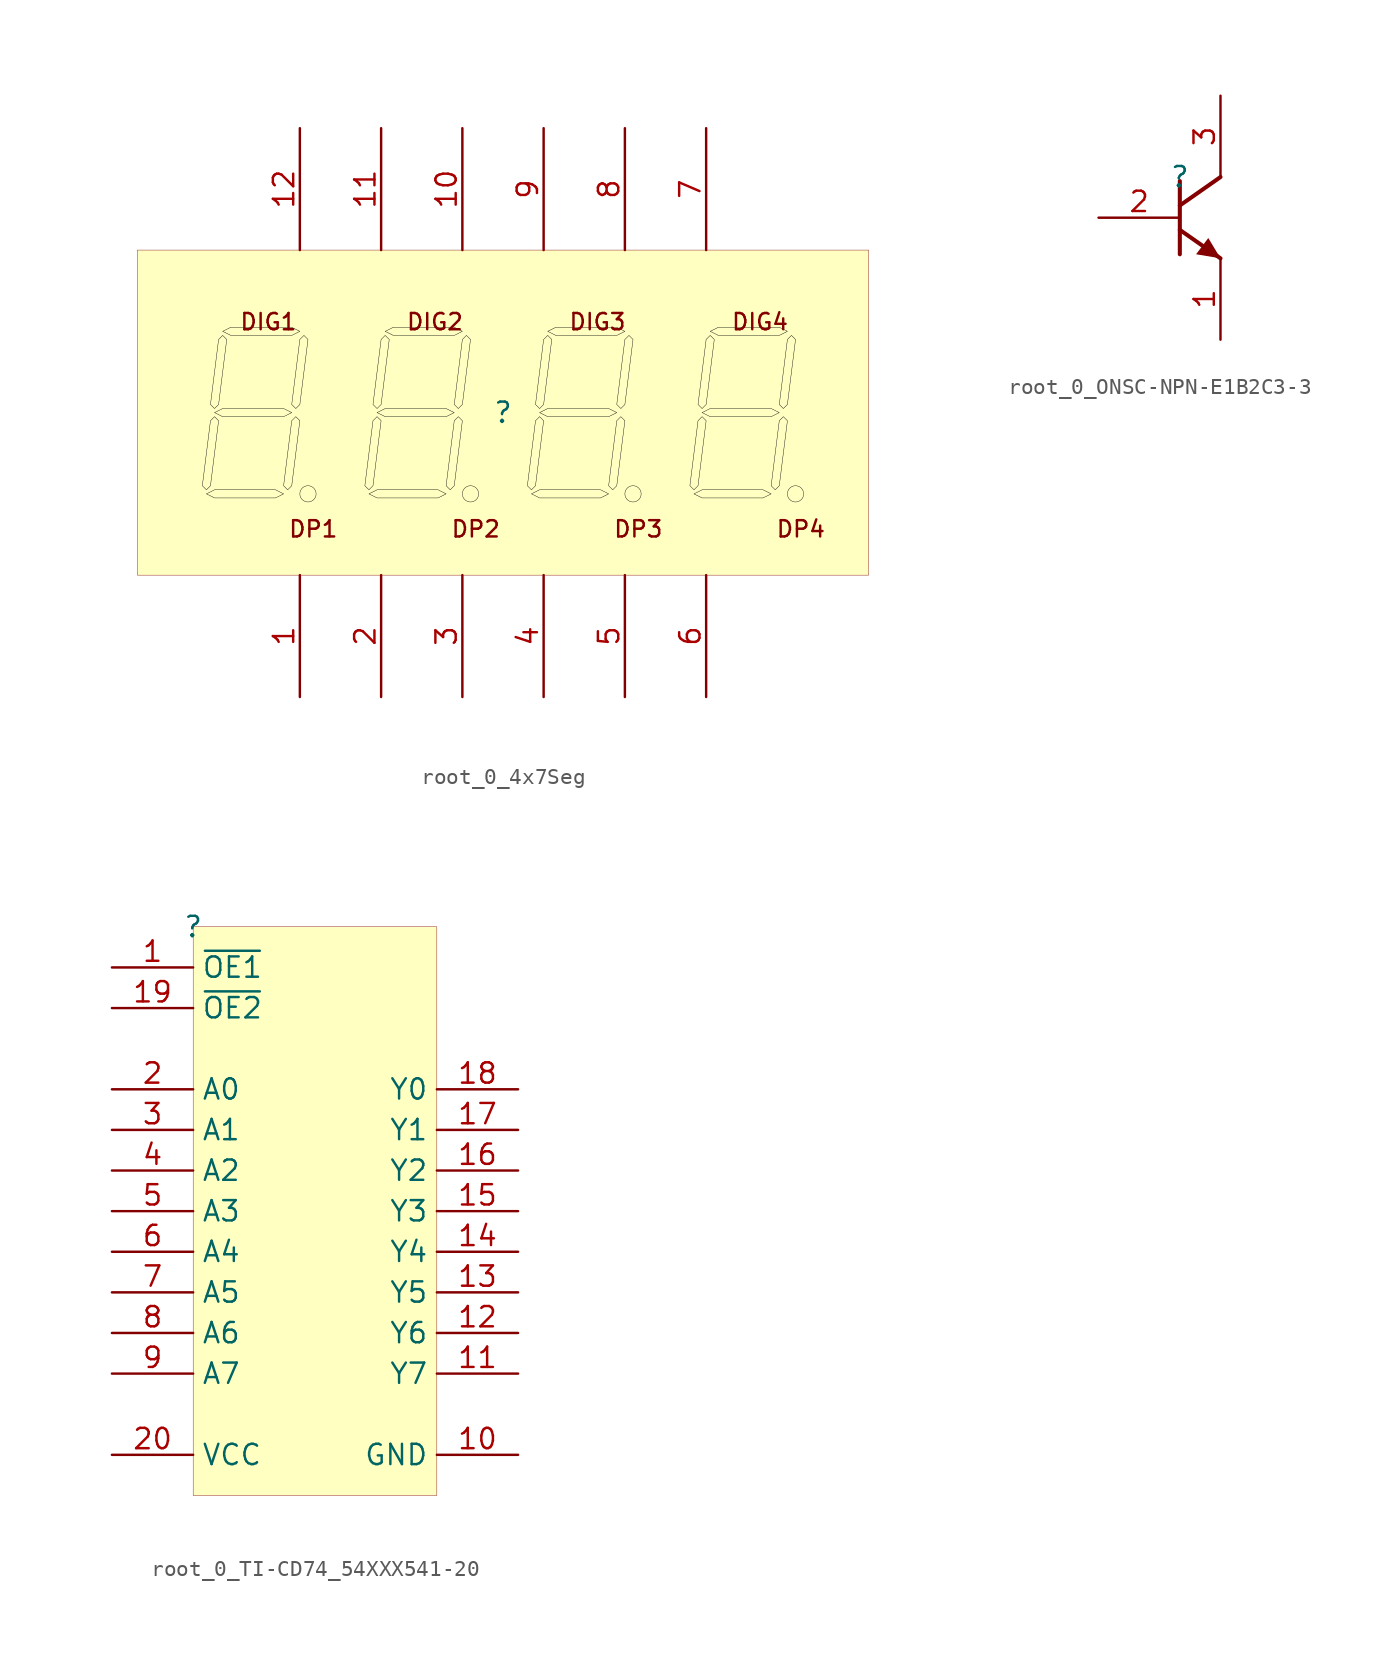
<source format=kicad_sym>
(kicad_symbol_lib
  (version 20231120)
  (generator "kicad_symbol_editor")
  (generator_version "8.0")
  (symbol "root_0_4x7Seg"
    (property "Reference" ""
      (at 0 0 0)
      (effects (font (size 1.27 1.27))))
    (property "Value" ""
      (at 0 0 0)
      (effects (font (size 1.27 1.27))))
    (symbol "root_0_4x7Seg_1_0"
      (circle (center -12.192 -5.08) (radius 0.508) (stroke (width 0.025) (type solid) (color 0 0 0 1)) (fill (type color) (color 255 0 0 1)))
      (circle (center -2.032 -5.08) (radius 0.508) (stroke (width 0.025) (type solid) (color 0 0 0 1)) (fill (type color) (color 255 0 0 1)))
      (polyline (pts (xy -18.542 -5.08) (xy -18.034 -4.826) (xy -14.224 -4.826) (xy -13.716 -5.08) (xy -14.224 -5.334) (xy -18.034 -5.334) (xy -18.542 -5.08) (xy -18.542 -5.08)) (stroke (width 0.025) (type solid) (color 0 0 0 1)) (fill (type color) (color 255 0 0 1)))
      (polyline (pts (xy -18.034 -0.254) (xy -18.288 -0.508) (xy -18.796 -4.572) (xy -18.542 -4.826) (xy -18.288 -4.572) (xy -17.78 -0.508) (xy -18.034 -0.254) (xy -18.034 -0.254)) (stroke (width 0.025) (type solid) (color 0 0 0 1)) (fill (type color) (color 255 0 0 1)))
      (polyline (pts (xy -18.034 0) (xy -17.526 0.254) (xy -13.716 0.254) (xy -13.208 0) (xy -13.716 -0.254) (xy -17.526 -0.254) (xy -18.034 0) (xy -18.034 0)) (stroke (width 0.025) (type solid) (color 0 0 0 1)) (fill (type color) (color 255 0 0 1)))
      (polyline (pts (xy -17.526 4.826) (xy -17.78 4.572) (xy -18.288 0.508) (xy -18.034 0.254) (xy -17.78 0.508) (xy -17.272 4.572) (xy -17.526 4.826) (xy -17.526 4.826)) (stroke (width 0.025) (type solid) (color 0 0 0 1)) (fill (type color) (color 255 0 0 1)))
      (polyline (pts (xy -17.526 5.08) (xy -17.018 5.334) (xy -13.208 5.334) (xy -12.7 5.08) (xy -13.208 4.826) (xy -17.018 4.826) (xy -17.526 5.08) (xy -17.526 5.08)) (stroke (width 0.025) (type solid) (color 0 0 0 1)) (fill (type color) (color 255 0 0 1)))
      (polyline (pts (xy -12.954 -0.254) (xy -13.208 -0.508) (xy -13.716 -4.572) (xy -13.462 -4.826) (xy -13.208 -4.572) (xy -12.7 -0.508) (xy -12.954 -0.254) (xy -12.954 -0.254)) (stroke (width 0.025) (type solid) (color 0 0 0 1)) (fill (type color) (color 255 0 0 1)))
      (polyline (pts (xy -12.446 4.826) (xy -12.7 4.572) (xy -13.208 0.508) (xy -12.954 0.254) (xy -12.7 0.508) (xy -12.192 4.572) (xy -12.446 4.826) (xy -12.446 4.826)) (stroke (width 0.025) (type solid) (color 0 0 0 1)) (fill (type color) (color 255 0 0 1)))
      (polyline (pts (xy -8.382 -5.08) (xy -7.874 -4.826) (xy -4.064 -4.826) (xy -3.556 -5.08) (xy -4.064 -5.334) (xy -7.874 -5.334) (xy -8.382 -5.08) (xy -8.382 -5.08)) (stroke (width 0.025) (type solid) (color 0 0 0 1)) (fill (type color) (color 255 0 0 1)))
      (polyline (pts (xy -7.874 -0.254) (xy -8.128 -0.508) (xy -8.636 -4.572) (xy -8.382 -4.826) (xy -8.128 -4.572) (xy -7.62 -0.508) (xy -7.874 -0.254) (xy -7.874 -0.254)) (stroke (width 0.025) (type solid) (color 0 0 0 1)) (fill (type color) (color 255 0 0 1)))
      (polyline (pts (xy -7.874 0) (xy -7.366 0.254) (xy -3.556 0.254) (xy -3.048 0) (xy -3.556 -0.254) (xy -7.366 -0.254) (xy -7.874 0) (xy -7.874 0)) (stroke (width 0.025) (type solid) (color 0 0 0 1)) (fill (type color) (color 255 0 0 1)))
      (polyline (pts (xy -7.366 4.826) (xy -7.62 4.572) (xy -8.128 0.508) (xy -7.874 0.254) (xy -7.62 0.508) (xy -7.112 4.572) (xy -7.366 4.826) (xy -7.366 4.826)) (stroke (width 0.025) (type solid) (color 0 0 0 1)) (fill (type color) (color 255 0 0 1)))
      (polyline (pts (xy -7.366 5.08) (xy -6.858 5.334) (xy -3.048 5.334) (xy -2.54 5.08) (xy -3.048 4.826) (xy -6.858 4.826) (xy -7.366 5.08) (xy -7.366 5.08)) (stroke (width 0.025) (type solid) (color 0 0 0 1)) (fill (type color) (color 255 0 0 1)))
      (polyline (pts (xy -2.794 -0.254) (xy -3.048 -0.508) (xy -3.556 -4.572) (xy -3.302 -4.826) (xy -3.048 -4.572) (xy -2.54 -0.508) (xy -2.794 -0.254) (xy -2.794 -0.254)) (stroke (width 0.025) (type solid) (color 0 0 0 1)) (fill (type color) (color 255 0 0 1)))
      (polyline (pts (xy -2.286 4.826) (xy -2.54 4.572) (xy -3.048 0.508) (xy -2.794 0.254) (xy -2.54 0.508) (xy -2.032 4.572) (xy -2.286 4.826) (xy -2.286 4.826)) (stroke (width 0.025) (type solid) (color 0 0 0 1)) (fill (type color) (color 255 0 0 1)))
      (polyline (pts (xy 1.778 -5.08) (xy 2.286 -4.826) (xy 6.096 -4.826) (xy 6.604 -5.08) (xy 6.096 -5.334) (xy 2.286 -5.334) (xy 1.778 -5.08) (xy 1.778 -5.08)) (stroke (width 0.025) (type solid) (color 0 0 0 1)) (fill (type color) (color 255 0 0 1)))
      (polyline (pts (xy 2.286 -0.254) (xy 2.032 -0.508) (xy 1.524 -4.572) (xy 1.778 -4.826) (xy 2.032 -4.572) (xy 2.54 -0.508) (xy 2.286 -0.254) (xy 2.286 -0.254)) (stroke (width 0.025) (type solid) (color 0 0 0 1)) (fill (type color) (color 255 0 0 1)))
      (polyline (pts (xy 2.286 0) (xy 2.794 0.254) (xy 6.604 0.254) (xy 7.112 0) (xy 6.604 -0.254) (xy 2.794 -0.254) (xy 2.286 0) (xy 2.286 0)) (stroke (width 0.025) (type solid) (color 0 0 0 1)) (fill (type color) (color 255 0 0 1)))
      (polyline (pts (xy 2.794 4.826) (xy 2.54 4.572) (xy 2.032 0.508) (xy 2.286 0.254) (xy 2.54 0.508) (xy 3.048 4.572) (xy 2.794 4.826) (xy 2.794 4.826)) (stroke (width 0.025) (type solid) (color 0 0 0 1)) (fill (type color) (color 255 0 0 1)))
      (polyline (pts (xy 2.794 5.08) (xy 3.302 5.334) (xy 7.112 5.334) (xy 7.62 5.08) (xy 7.112 4.826) (xy 3.302 4.826) (xy 2.794 5.08) (xy 2.794 5.08)) (stroke (width 0.025) (type solid) (color 0 0 0 1)) (fill (type color) (color 255 0 0 1)))
      (polyline (pts (xy 7.366 -0.254) (xy 7.112 -0.508) (xy 6.604 -4.572) (xy 6.858 -4.826) (xy 7.112 -4.572) (xy 7.62 -0.508) (xy 7.366 -0.254) (xy 7.366 -0.254)) (stroke (width 0.025) (type solid) (color 0 0 0 1)) (fill (type color) (color 255 0 0 1)))
      (polyline (pts (xy 7.874 4.826) (xy 7.62 4.572) (xy 7.112 0.508) (xy 7.366 0.254) (xy 7.62 0.508) (xy 8.128 4.572) (xy 7.874 4.826) (xy 7.874 4.826)) (stroke (width 0.025) (type solid) (color 0 0 0 1)) (fill (type color) (color 255 0 0 1)))
      (polyline (pts (xy 11.938 -5.08) (xy 12.446 -4.826) (xy 16.256 -4.826) (xy 16.764 -5.08) (xy 16.256 -5.334) (xy 12.446 -5.334) (xy 11.938 -5.08) (xy 11.938 -5.08)) (stroke (width 0.025) (type solid) (color 0 0 0 1)) (fill (type color) (color 255 0 0 1)))
      (polyline (pts (xy 12.446 -0.254) (xy 12.192 -0.508) (xy 11.684 -4.572) (xy 11.938 -4.826) (xy 12.192 -4.572) (xy 12.7 -0.508) (xy 12.446 -0.254) (xy 12.446 -0.254)) (stroke (width 0.025) (type solid) (color 0 0 0 1)) (fill (type color) (color 255 0 0 1)))
      (polyline (pts (xy 12.446 0) (xy 12.954 0.254) (xy 16.764 0.254) (xy 17.272 0) (xy 16.764 -0.254) (xy 12.954 -0.254) (xy 12.446 0) (xy 12.446 0)) (stroke (width 0.025) (type solid) (color 0 0 0 1)) (fill (type color) (color 255 0 0 1)))
      (polyline (pts (xy 12.954 4.826) (xy 12.7 4.572) (xy 12.192 0.508) (xy 12.446 0.254) (xy 12.7 0.508) (xy 13.208 4.572) (xy 12.954 4.826) (xy 12.954 4.826)) (stroke (width 0.025) (type solid) (color 0 0 0 1)) (fill (type color) (color 255 0 0 1)))
      (polyline (pts (xy 12.954 5.08) (xy 13.462 5.334) (xy 17.272 5.334) (xy 17.78 5.08) (xy 17.272 4.826) (xy 13.462 4.826) (xy 12.954 5.08) (xy 12.954 5.08)) (stroke (width 0.025) (type solid) (color 0 0 0 1)) (fill (type color) (color 255 0 0 1)))
      (polyline (pts (xy 17.526 -0.254) (xy 17.272 -0.508) (xy 16.764 -4.572) (xy 17.018 -4.826) (xy 17.272 -4.572) (xy 17.78 -0.508) (xy 17.526 -0.254) (xy 17.526 -0.254)) (stroke (width 0.025) (type solid) (color 0 0 0 1)) (fill (type color) (color 255 0 0 1)))
      (polyline (pts (xy 18.034 4.826) (xy 17.78 4.572) (xy 17.272 0.508) (xy 17.526 0.254) (xy 17.78 0.508) (xy 18.288 4.572) (xy 18.034 4.826) (xy 18.034 4.826)) (stroke (width 0.025) (type solid) (color 0 0 0 1)) (fill (type color) (color 255 0 0 1)))
      (circle (center 8.128 -5.08) (radius 0.508) (stroke (width 0.025) (type solid) (color 0 0 0 1)) (fill (type color) (color 255 0 0 1)))
      (circle (center 18.288 -5.08) (radius 0.508) (stroke (width 0.025) (type solid) (color 0 0 0 1)) (fill (type color) (color 255 0 0 1)))
      (rectangle (start 22.86 10.16) (end -22.86 -10.16) (stroke (width 0.025) (type solid) (color 128 0 0 1)) (fill (type background)))
      (text "DIG1" (at -16.51 5.08 0) (effects (font (size 1.016 1.016)) (justify left bottom)))
      (text "DIG2" (at -6.096 5.08 0) (effects (font (size 1.016 1.016)) (justify left bottom)))
      (text "DIG3" (at 4.064 5.08 0) (effects (font (size 1.016 1.016)) (justify left bottom)))
      (text "DIG4" (at 14.224 5.08 0) (effects (font (size 1.016 1.016)) (justify left bottom)))
      (text "DP1" (at -13.462 -7.874 0) (effects (font (size 1.016 1.016)) (justify left bottom)))
      (text "DP2" (at -3.302 -7.874 0) (effects (font (size 1.016 1.016)) (justify left bottom)))
      (text "DP3" (at 6.858 -7.874 0) (effects (font (size 1.016 1.016)) (justify left bottom)))
      (text "DP4" (at 17.018 -7.874 0) (effects (font (size 1.016 1.016)) (justify left bottom)))
      (pin passive line (at -12.7 -17.78 90) (length 7.62) (name "1" (effects (font (size 0 0)))) (number "1" (effects (font (size 1.27 1.27)))))
      (pin passive line (at -2.54 17.78 270) (length 7.62) (name "10" (effects (font (size 0 0)))) (number "10" (effects (font (size 1.27 1.27)))))
      (pin passive line (at -7.62 17.78 270) (length 7.62) (name "11" (effects (font (size 0 0)))) (number "11" (effects (font (size 1.27 1.27)))))
      (pin passive line (at -12.7 17.78 270) (length 7.62) (name "12" (effects (font (size 0 0)))) (number "12" (effects (font (size 1.27 1.27)))))
      (pin passive line (at -7.62 -17.78 90) (length 7.62) (name "2" (effects (font (size 0 0)))) (number "2" (effects (font (size 1.27 1.27)))))
      (pin passive line (at -2.54 -17.78 90) (length 7.62) (name "3" (effects (font (size 0 0)))) (number "3" (effects (font (size 1.27 1.27)))))
      (pin passive line (at 2.54 -17.78 90) (length 7.62) (name "4" (effects (font (size 0 0)))) (number "4" (effects (font (size 1.27 1.27)))))
      (pin passive line (at 7.62 -17.78 90) (length 7.62) (name "5" (effects (font (size 0 0)))) (number "5" (effects (font (size 1.27 1.27)))))
      (pin passive line (at 12.7 -17.78 90) (length 7.62) (name "6" (effects (font (size 0 0)))) (number "6" (effects (font (size 1.27 1.27)))))
      (pin passive line (at 12.7 17.78 270) (length 7.62) (name "7" (effects (font (size 0 0)))) (number "7" (effects (font (size 1.27 1.27)))))
      (pin passive line (at 7.62 17.78 270) (length 7.62) (name "8" (effects (font (size 0 0)))) (number "8" (effects (font (size 1.27 1.27)))))
      (pin passive line (at 2.54 17.78 270) (length 7.62) (name "9" (effects (font (size 0 0)))) (number "9" (effects (font (size 1.27 1.27)))))))
  (symbol "root_0_ONSC-NPN-E1B2C3-3"
    (property "Reference" ""
      (at 0 0 0)
      (effects (font (size 1.27 1.27))))
    (property "Value" ""
      (at 0 0 0)
      (effects (font (size 1.27 1.27))))
    (symbol "root_0_ONSC-NPN-E1B2C3-3_1_0"
      (polyline (pts (xy 0 -3.302) (xy 2.54 -5.08)) (stroke (width 0.254) (type solid)) (fill (type none)))
      (polyline (pts (xy 0 -0.254) (xy 0 -4.826)) (stroke (width 0.254) (type solid)) (fill (type none)))
      (polyline (pts (xy 2.54 0) (xy 0 -1.778)) (stroke (width 0.254) (type solid)) (fill (type none)))
      (polyline (pts (xy 2.54 -5.08) (xy 1.778 -3.81) (xy 1.016 -4.826) (xy 2.54 -5.08)) (stroke (width -0.0001) (type solid)) (fill (type outline)))
      (pin passive line (at 2.54 -10.16 90) (length 5.08) (name "E" (effects (font (size 0 0)))) (number "1" (effects (font (size 1.27 1.27)))))
      (pin passive line (at -5.08 -2.54 0) (length 5.08) (name "B" (effects (font (size 0 0)))) (number "2" (effects (font (size 1.27 1.27)))))
      (pin passive line (at 2.54 5.08 270) (length 5.08) (name "C" (effects (font (size 0 0)))) (number "3" (effects (font (size 1.27 1.27)))))))
  (symbol "root_0_TI-CD74_54XXX541-20"
    (property "Reference" ""
      (at 0 0 0)
      (effects (font (size 1.27 1.27))))
    (property "Value" ""
      (at 0 0 0)
      (effects (font (size 1.27 1.27))))
    (symbol "root_0_TI-CD74_54XXX541-20_1_0"
      (rectangle (start 15.24 0) (end 0 -35.56) (stroke (width 0.025) (type solid) (color 128 0 0 1)) (fill (type background)))
      (pin input line (at -5.08 -2.54 0) (length 5.08) (name "~{OE1}" (effects (font (size 1.27 1.27)))) (number "1" (effects (font (size 1.27 1.27)))))
      (pin power_in line (at 20.32 -33.02 180) (length 5.08) (name "GND" (effects (font (size 1.27 1.27)))) (number "10" (effects (font (size 1.27 1.27)))))
      (pin tri_state line (at 20.32 -27.94 180) (length 5.08) (name "Y7" (effects (font (size 1.27 1.27)))) (number "11" (effects (font (size 1.27 1.27)))))
      (pin tri_state line (at 20.32 -25.4 180) (length 5.08) (name "Y6" (effects (font (size 1.27 1.27)))) (number "12" (effects (font (size 1.27 1.27)))))
      (pin tri_state line (at 20.32 -22.86 180) (length 5.08) (name "Y5" (effects (font (size 1.27 1.27)))) (number "13" (effects (font (size 1.27 1.27)))))
      (pin tri_state line (at 20.32 -20.32 180) (length 5.08) (name "Y4" (effects (font (size 1.27 1.27)))) (number "14" (effects (font (size 1.27 1.27)))))
      (pin tri_state line (at 20.32 -17.78 180) (length 5.08) (name "Y3" (effects (font (size 1.27 1.27)))) (number "15" (effects (font (size 1.27 1.27)))))
      (pin tri_state line (at 20.32 -15.24 180) (length 5.08) (name "Y2" (effects (font (size 1.27 1.27)))) (number "16" (effects (font (size 1.27 1.27)))))
      (pin tri_state line (at 20.32 -12.7 180) (length 5.08) (name "Y1" (effects (font (size 1.27 1.27)))) (number "17" (effects (font (size 1.27 1.27)))))
      (pin tri_state line (at 20.32 -10.16 180) (length 5.08) (name "Y0" (effects (font (size 1.27 1.27)))) (number "18" (effects (font (size 1.27 1.27)))))
      (pin input line (at -5.08 -5.08 0) (length 5.08) (name "~{OE2}" (effects (font (size 1.27 1.27)))) (number "19" (effects (font (size 1.27 1.27)))))
      (pin input line (at -5.08 -10.16 0) (length 5.08) (name "A0" (effects (font (size 1.27 1.27)))) (number "2" (effects (font (size 1.27 1.27)))))
      (pin power_in line (at -5.08 -33.02 0) (length 5.08) (name "VCC" (effects (font (size 1.27 1.27)))) (number "20" (effects (font (size 1.27 1.27)))))
      (pin input line (at -5.08 -12.7 0) (length 5.08) (name "A1" (effects (font (size 1.27 1.27)))) (number "3" (effects (font (size 1.27 1.27)))))
      (pin input line (at -5.08 -15.24 0) (length 5.08) (name "A2" (effects (font (size 1.27 1.27)))) (number "4" (effects (font (size 1.27 1.27)))))
      (pin input line (at -5.08 -17.78 0) (length 5.08) (name "A3" (effects (font (size 1.27 1.27)))) (number "5" (effects (font (size 1.27 1.27)))))
      (pin input line (at -5.08 -20.32 0) (length 5.08) (name "A4" (effects (font (size 1.27 1.27)))) (number "6" (effects (font (size 1.27 1.27)))))
      (pin input line (at -5.08 -22.86 0) (length 5.08) (name "A5" (effects (font (size 1.27 1.27)))) (number "7" (effects (font (size 1.27 1.27)))))
      (pin input line (at -5.08 -25.4 0) (length 5.08) (name "A6" (effects (font (size 1.27 1.27)))) (number "8" (effects (font (size 1.27 1.27)))))
      (pin input line (at -5.08 -27.94 0) (length 5.08) (name "A7" (effects (font (size 1.27 1.27)))) (number "9" (effects (font (size 1.27 1.27))))))))
</source>
